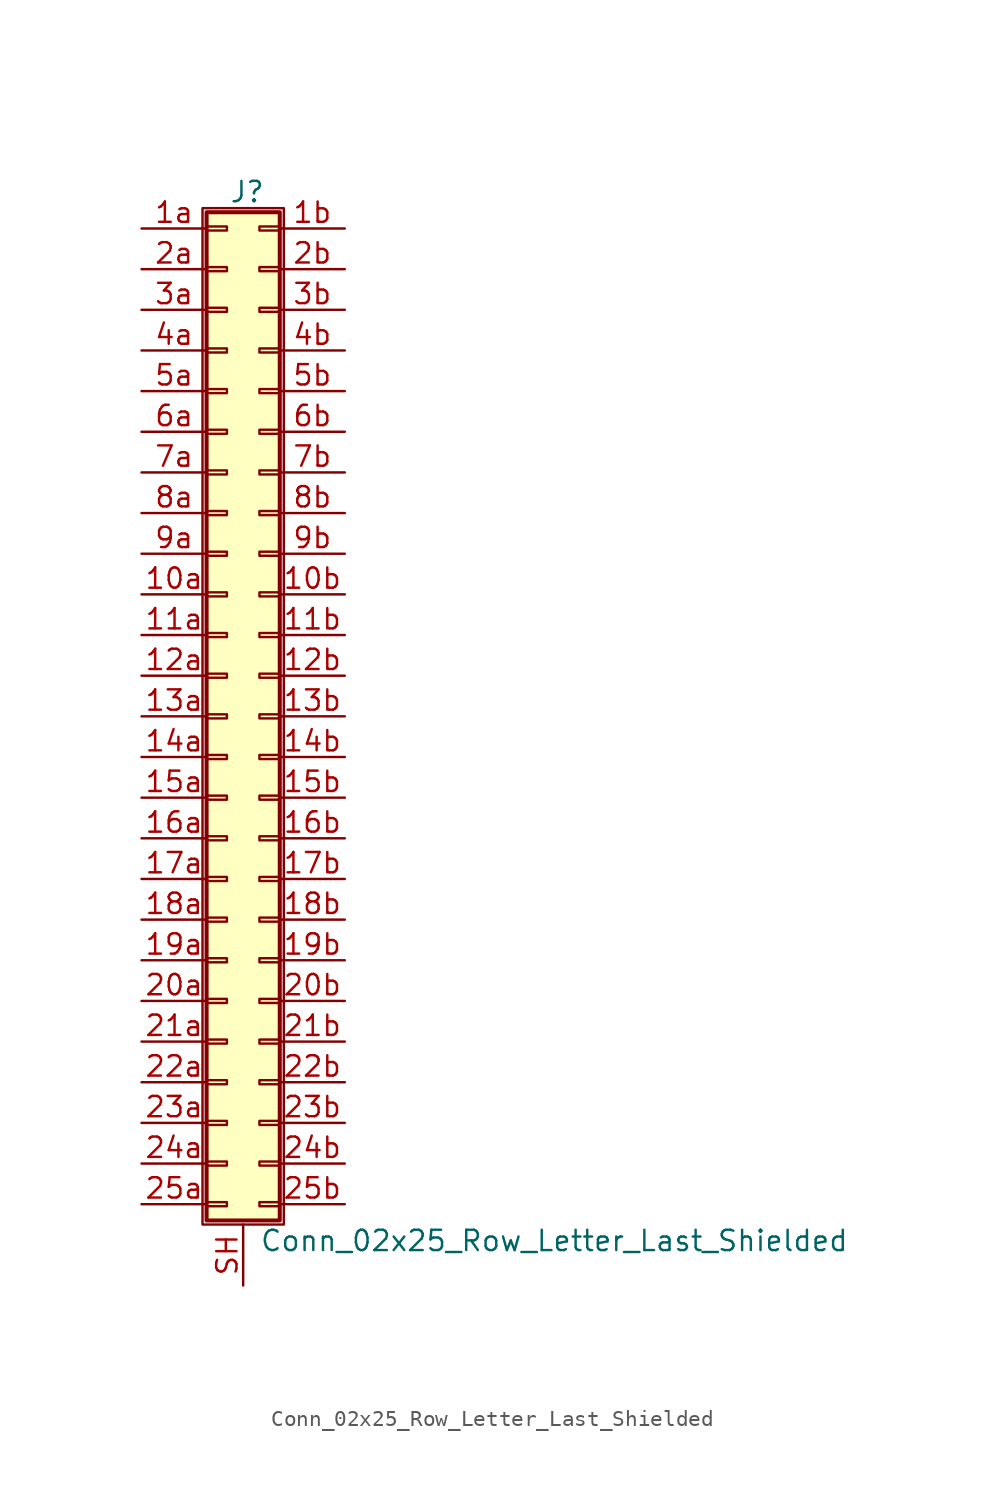
<source format=kicad_sym>
(kicad_symbol_lib
  (version 20220914)
  (generator kicad_symbol_editor)
  (symbol "Conn_02x25_Row_Letter_Last_Shielded"
    (pin_names
      (offset 1.016) hide)
    (property "Reference" "J"
      (at 1.524 32.766 0)
      (effects (font (size 1.27 1.27))))
    (property "Value" "Conn_02x25_Row_Letter_Last_Shielded"
      (at 2.286 -32.766 0)
      (effects (font (size 1.27 1.27)) (justify left)))
    (symbol "Conn_02x25_Row_Letter_Last_Shielded_1_1"
      (rectangle (start -1.27 31.75) (end 3.81 -31.75) (stroke (width 0.152) (type default)) (fill (type none)))
      (rectangle (start -1.016 -30.353) (end 0.254 -30.607) (stroke (width 0.152) (type default)) (fill (type none)))
      (rectangle (start -1.016 -27.813) (end 0.254 -28.067) (stroke (width 0.152) (type default)) (fill (type none)))
      (rectangle (start -1.016 -25.273) (end 0.254 -25.527) (stroke (width 0.152) (type default)) (fill (type none)))
      (rectangle (start -1.016 -22.733) (end 0.254 -22.987) (stroke (width 0.152) (type default)) (fill (type none)))
      (rectangle (start -1.016 -20.193) (end 0.254 -20.447) (stroke (width 0.152) (type default)) (fill (type none)))
      (rectangle (start -1.016 -17.653) (end 0.254 -17.907) (stroke (width 0.152) (type default)) (fill (type none)))
      (rectangle (start -1.016 -15.113) (end 0.254 -15.367) (stroke (width 0.152) (type default)) (fill (type none)))
      (rectangle (start -1.016 -12.573) (end 0.254 -12.827) (stroke (width 0.152) (type default)) (fill (type none)))
      (rectangle (start -1.016 -10.033) (end 0.254 -10.287) (stroke (width 0.152) (type default)) (fill (type none)))
      (rectangle (start -1.016 -7.493) (end 0.254 -7.747) (stroke (width 0.152) (type default)) (fill (type none)))
      (rectangle (start -1.016 -4.953) (end 0.254 -5.207) (stroke (width 0.152) (type default)) (fill (type none)))
      (rectangle (start -1.016 -2.413) (end 0.254 -2.667) (stroke (width 0.152) (type default)) (fill (type none)))
      (rectangle (start -1.016 0.127) (end 0.254 -0.127) (stroke (width 0.152) (type default)) (fill (type none)))
      (rectangle (start -1.016 2.667) (end 0.254 2.413) (stroke (width 0.152) (type default)) (fill (type none)))
      (rectangle (start -1.016 5.207) (end 0.254 4.953) (stroke (width 0.152) (type default)) (fill (type none)))
      (rectangle (start -1.016 7.747) (end 0.254 7.493) (stroke (width 0.152) (type default)) (fill (type none)))
      (rectangle (start -1.016 10.287) (end 0.254 10.033) (stroke (width 0.152) (type default)) (fill (type none)))
      (rectangle (start -1.016 12.827) (end 0.254 12.573) (stroke (width 0.152) (type default)) (fill (type none)))
      (rectangle (start -1.016 15.367) (end 0.254 15.113) (stroke (width 0.152) (type default)) (fill (type none)))
      (rectangle (start -1.016 17.907) (end 0.254 17.653) (stroke (width 0.152) (type default)) (fill (type none)))
      (rectangle (start -1.016 20.447) (end 0.254 20.193) (stroke (width 0.152) (type default)) (fill (type none)))
      (rectangle (start -1.016 22.987) (end 0.254 22.733) (stroke (width 0.152) (type default)) (fill (type none)))
      (rectangle (start -1.016 25.527) (end 0.254 25.273) (stroke (width 0.152) (type default)) (fill (type none)))
      (rectangle (start -1.016 28.067) (end 0.254 27.813) (stroke (width 0.152) (type default)) (fill (type none)))
      (rectangle (start -1.016 30.607) (end 0.254 30.353) (stroke (width 0.152) (type default)) (fill (type none)))
      (rectangle (start -1.016 31.496) (end 3.556 -31.496) (stroke (width 0.254) (type default)) (fill (type background)))
      (rectangle (start 3.556 -30.353) (end 2.286 -30.607) (stroke (width 0.152) (type default)) (fill (type none)))
      (rectangle (start 3.556 -27.813) (end 2.286 -28.067) (stroke (width 0.152) (type default)) (fill (type none)))
      (rectangle (start 3.556 -25.273) (end 2.286 -25.527) (stroke (width 0.152) (type default)) (fill (type none)))
      (rectangle (start 3.556 -22.733) (end 2.286 -22.987) (stroke (width 0.152) (type default)) (fill (type none)))
      (rectangle (start 3.556 -20.193) (end 2.286 -20.447) (stroke (width 0.152) (type default)) (fill (type none)))
      (rectangle (start 3.556 -17.653) (end 2.286 -17.907) (stroke (width 0.152) (type default)) (fill (type none)))
      (rectangle (start 3.556 -15.113) (end 2.286 -15.367) (stroke (width 0.152) (type default)) (fill (type none)))
      (rectangle (start 3.556 -12.573) (end 2.286 -12.827) (stroke (width 0.152) (type default)) (fill (type none)))
      (rectangle (start 3.556 -10.033) (end 2.286 -10.287) (stroke (width 0.152) (type default)) (fill (type none)))
      (rectangle (start 3.556 -7.493) (end 2.286 -7.747) (stroke (width 0.152) (type default)) (fill (type none)))
      (rectangle (start 3.556 -4.953) (end 2.286 -5.207) (stroke (width 0.152) (type default)) (fill (type none)))
      (rectangle (start 3.556 -2.413) (end 2.286 -2.667) (stroke (width 0.152) (type default)) (fill (type none)))
      (rectangle (start 3.556 0.127) (end 2.286 -0.127) (stroke (width 0.152) (type default)) (fill (type none)))
      (rectangle (start 3.556 2.667) (end 2.286 2.413) (stroke (width 0.152) (type default)) (fill (type none)))
      (rectangle (start 3.556 5.207) (end 2.286 4.953) (stroke (width 0.152) (type default)) (fill (type none)))
      (rectangle (start 3.556 7.747) (end 2.286 7.493) (stroke (width 0.152) (type default)) (fill (type none)))
      (rectangle (start 3.556 10.287) (end 2.286 10.033) (stroke (width 0.152) (type default)) (fill (type none)))
      (rectangle (start 3.556 12.827) (end 2.286 12.573) (stroke (width 0.152) (type default)) (fill (type none)))
      (rectangle (start 3.556 15.367) (end 2.286 15.113) (stroke (width 0.152) (type default)) (fill (type none)))
      (rectangle (start 3.556 17.907) (end 2.286 17.653) (stroke (width 0.152) (type default)) (fill (type none)))
      (rectangle (start 3.556 20.447) (end 2.286 20.193) (stroke (width 0.152) (type default)) (fill (type none)))
      (rectangle (start 3.556 22.987) (end 2.286 22.733) (stroke (width 0.152) (type default)) (fill (type none)))
      (rectangle (start 3.556 25.527) (end 2.286 25.273) (stroke (width 0.152) (type default)) (fill (type none)))
      (rectangle (start 3.556 28.067) (end 2.286 27.813) (stroke (width 0.152) (type default)) (fill (type none)))
      (rectangle (start 3.556 30.607) (end 2.286 30.353) (stroke (width 0.152) (type default)) (fill (type none)))
      (pin passive line (at -5.08 7.62 0) (length 4.064) (name "Pin_10a" (effects (font (size 1.27 1.27)))) (number "10a" (effects (font (size 1.27 1.27)))))
      (pin passive line (at 7.62 7.62 180) (length 4.064) (name "Pin_10b" (effects (font (size 1.27 1.27)))) (number "10b" (effects (font (size 1.27 1.27)))))
      (pin passive line (at -5.08 5.08 0) (length 4.064) (name "Pin_11a" (effects (font (size 1.27 1.27)))) (number "11a" (effects (font (size 1.27 1.27)))))
      (pin passive line (at 7.62 5.08 180) (length 4.064) (name "Pin_11b" (effects (font (size 1.27 1.27)))) (number "11b" (effects (font (size 1.27 1.27)))))
      (pin passive line (at -5.08 2.54 0) (length 4.064) (name "Pin_12a" (effects (font (size 1.27 1.27)))) (number "12a" (effects (font (size 1.27 1.27)))))
      (pin passive line (at 7.62 2.54 180) (length 4.064) (name "Pin_12b" (effects (font (size 1.27 1.27)))) (number "12b" (effects (font (size 1.27 1.27)))))
      (pin passive line (at -5.08 0 0) (length 4.064) (name "Pin_13a" (effects (font (size 1.27 1.27)))) (number "13a" (effects (font (size 1.27 1.27)))))
      (pin passive line (at 7.62 0 180) (length 4.064) (name "Pin_13b" (effects (font (size 1.27 1.27)))) (number "13b" (effects (font (size 1.27 1.27)))))
      (pin passive line (at -5.08 -2.54 0) (length 4.064) (name "Pin_14a" (effects (font (size 1.27 1.27)))) (number "14a" (effects (font (size 1.27 1.27)))))
      (pin passive line (at 7.62 -2.54 180) (length 4.064) (name "Pin_14b" (effects (font (size 1.27 1.27)))) (number "14b" (effects (font (size 1.27 1.27)))))
      (pin passive line (at -5.08 -5.08 0) (length 4.064) (name "Pin_15a" (effects (font (size 1.27 1.27)))) (number "15a" (effects (font (size 1.27 1.27)))))
      (pin passive line (at 7.62 -5.08 180) (length 4.064) (name "Pin_15b" (effects (font (size 1.27 1.27)))) (number "15b" (effects (font (size 1.27 1.27)))))
      (pin passive line (at -5.08 -7.62 0) (length 4.064) (name "Pin_16a" (effects (font (size 1.27 1.27)))) (number "16a" (effects (font (size 1.27 1.27)))))
      (pin passive line (at 7.62 -7.62 180) (length 4.064) (name "Pin_16b" (effects (font (size 1.27 1.27)))) (number "16b" (effects (font (size 1.27 1.27)))))
      (pin passive line (at -5.08 -10.16 0) (length 4.064) (name "Pin_17a" (effects (font (size 1.27 1.27)))) (number "17a" (effects (font (size 1.27 1.27)))))
      (pin passive line (at 7.62 -10.16 180) (length 4.064) (name "Pin_17b" (effects (font (size 1.27 1.27)))) (number "17b" (effects (font (size 1.27 1.27)))))
      (pin passive line (at -5.08 -12.7 0) (length 4.064) (name "Pin_18a" (effects (font (size 1.27 1.27)))) (number "18a" (effects (font (size 1.27 1.27)))))
      (pin passive line (at 7.62 -12.7 180) (length 4.064) (name "Pin_18b" (effects (font (size 1.27 1.27)))) (number "18b" (effects (font (size 1.27 1.27)))))
      (pin passive line (at -5.08 -15.24 0) (length 4.064) (name "Pin_19a" (effects (font (size 1.27 1.27)))) (number "19a" (effects (font (size 1.27 1.27)))))
      (pin passive line (at 7.62 -15.24 180) (length 4.064) (name "Pin_19b" (effects (font (size 1.27 1.27)))) (number "19b" (effects (font (size 1.27 1.27)))))
      (pin passive line (at -5.08 30.48 0) (length 4.064) (name "Pin_1a" (effects (font (size 1.27 1.27)))) (number "1a" (effects (font (size 1.27 1.27)))))
      (pin passive line (at 7.62 30.48 180) (length 4.064) (name "Pin_1b" (effects (font (size 1.27 1.27)))) (number "1b" (effects (font (size 1.27 1.27)))))
      (pin passive line (at -5.08 -17.78 0) (length 4.064) (name "Pin_20a" (effects (font (size 1.27 1.27)))) (number "20a" (effects (font (size 1.27 1.27)))))
      (pin passive line (at 7.62 -17.78 180) (length 4.064) (name "Pin_20b" (effects (font (size 1.27 1.27)))) (number "20b" (effects (font (size 1.27 1.27)))))
      (pin passive line (at -5.08 -20.32 0) (length 4.064) (name "Pin_21a" (effects (font (size 1.27 1.27)))) (number "21a" (effects (font (size 1.27 1.27)))))
      (pin passive line (at 7.62 -20.32 180) (length 4.064) (name "Pin_21b" (effects (font (size 1.27 1.27)))) (number "21b" (effects (font (size 1.27 1.27)))))
      (pin passive line (at -5.08 -22.86 0) (length 4.064) (name "Pin_22a" (effects (font (size 1.27 1.27)))) (number "22a" (effects (font (size 1.27 1.27)))))
      (pin passive line (at 7.62 -22.86 180) (length 4.064) (name "Pin_22b" (effects (font (size 1.27 1.27)))) (number "22b" (effects (font (size 1.27 1.27)))))
      (pin passive line (at -5.08 -25.4 0) (length 4.064) (name "Pin_23a" (effects (font (size 1.27 1.27)))) (number "23a" (effects (font (size 1.27 1.27)))))
      (pin passive line (at 7.62 -25.4 180) (length 4.064) (name "Pin_23b" (effects (font (size 1.27 1.27)))) (number "23b" (effects (font (size 1.27 1.27)))))
      (pin passive line (at -5.08 -27.94 0) (length 4.064) (name "Pin_24a" (effects (font (size 1.27 1.27)))) (number "24a" (effects (font (size 1.27 1.27)))))
      (pin passive line (at 7.62 -27.94 180) (length 4.064) (name "Pin_24b" (effects (font (size 1.27 1.27)))) (number "24b" (effects (font (size 1.27 1.27)))))
      (pin passive line (at -5.08 -30.48 0) (length 4.064) (name "Pin_25a" (effects (font (size 1.27 1.27)))) (number "25a" (effects (font (size 1.27 1.27)))))
      (pin passive line (at 7.62 -30.48 180) (length 4.064) (name "Pin_25b" (effects (font (size 1.27 1.27)))) (number "25b" (effects (font (size 1.27 1.27)))))
      (pin passive line (at -5.08 27.94 0) (length 4.064) (name "Pin_2a" (effects (font (size 1.27 1.27)))) (number "2a" (effects (font (size 1.27 1.27)))))
      (pin passive line (at 7.62 27.94 180) (length 4.064) (name "Pin_2b" (effects (font (size 1.27 1.27)))) (number "2b" (effects (font (size 1.27 1.27)))))
      (pin passive line (at -5.08 25.4 0) (length 4.064) (name "Pin_3a" (effects (font (size 1.27 1.27)))) (number "3a" (effects (font (size 1.27 1.27)))))
      (pin passive line (at 7.62 25.4 180) (length 4.064) (name "Pin_3b" (effects (font (size 1.27 1.27)))) (number "3b" (effects (font (size 1.27 1.27)))))
      (pin passive line (at -5.08 22.86 0) (length 4.064) (name "Pin_4a" (effects (font (size 1.27 1.27)))) (number "4a" (effects (font (size 1.27 1.27)))))
      (pin passive line (at 7.62 22.86 180) (length 4.064) (name "Pin_4b" (effects (font (size 1.27 1.27)))) (number "4b" (effects (font (size 1.27 1.27)))))
      (pin passive line (at -5.08 20.32 0) (length 4.064) (name "Pin_5a" (effects (font (size 1.27 1.27)))) (number "5a" (effects (font (size 1.27 1.27)))))
      (pin passive line (at 7.62 20.32 180) (length 4.064) (name "Pin_5b" (effects (font (size 1.27 1.27)))) (number "5b" (effects (font (size 1.27 1.27)))))
      (pin passive line (at -5.08 17.78 0) (length 4.064) (name "Pin_6a" (effects (font (size 1.27 1.27)))) (number "6a" (effects (font (size 1.27 1.27)))))
      (pin passive line (at 7.62 17.78 180) (length 4.064) (name "Pin_6b" (effects (font (size 1.27 1.27)))) (number "6b" (effects (font (size 1.27 1.27)))))
      (pin passive line (at -5.08 15.24 0) (length 4.064) (name "Pin_7a" (effects (font (size 1.27 1.27)))) (number "7a" (effects (font (size 1.27 1.27)))))
      (pin passive line (at 7.62 15.24 180) (length 4.064) (name "Pin_7b" (effects (font (size 1.27 1.27)))) (number "7b" (effects (font (size 1.27 1.27)))))
      (pin passive line (at -5.08 12.7 0) (length 4.064) (name "Pin_8a" (effects (font (size 1.27 1.27)))) (number "8a" (effects (font (size 1.27 1.27)))))
      (pin passive line (at 7.62 12.7 180) (length 4.064) (name "Pin_8b" (effects (font (size 1.27 1.27)))) (number "8b" (effects (font (size 1.27 1.27)))))
      (pin passive line (at -5.08 10.16 0) (length 4.064) (name "Pin_9a" (effects (font (size 1.27 1.27)))) (number "9a" (effects (font (size 1.27 1.27)))))
      (pin passive line (at 7.62 10.16 180) (length 4.064) (name "Pin_9b" (effects (font (size 1.27 1.27)))) (number "9b" (effects (font (size 1.27 1.27)))))
      (pin passive line (at 1.27 -35.56 90) (length 3.81) (name "Shield" (effects (font (size 1.27 1.27)))) (number "SH" (effects (font (size 1.27 1.27))))))))
</source>
